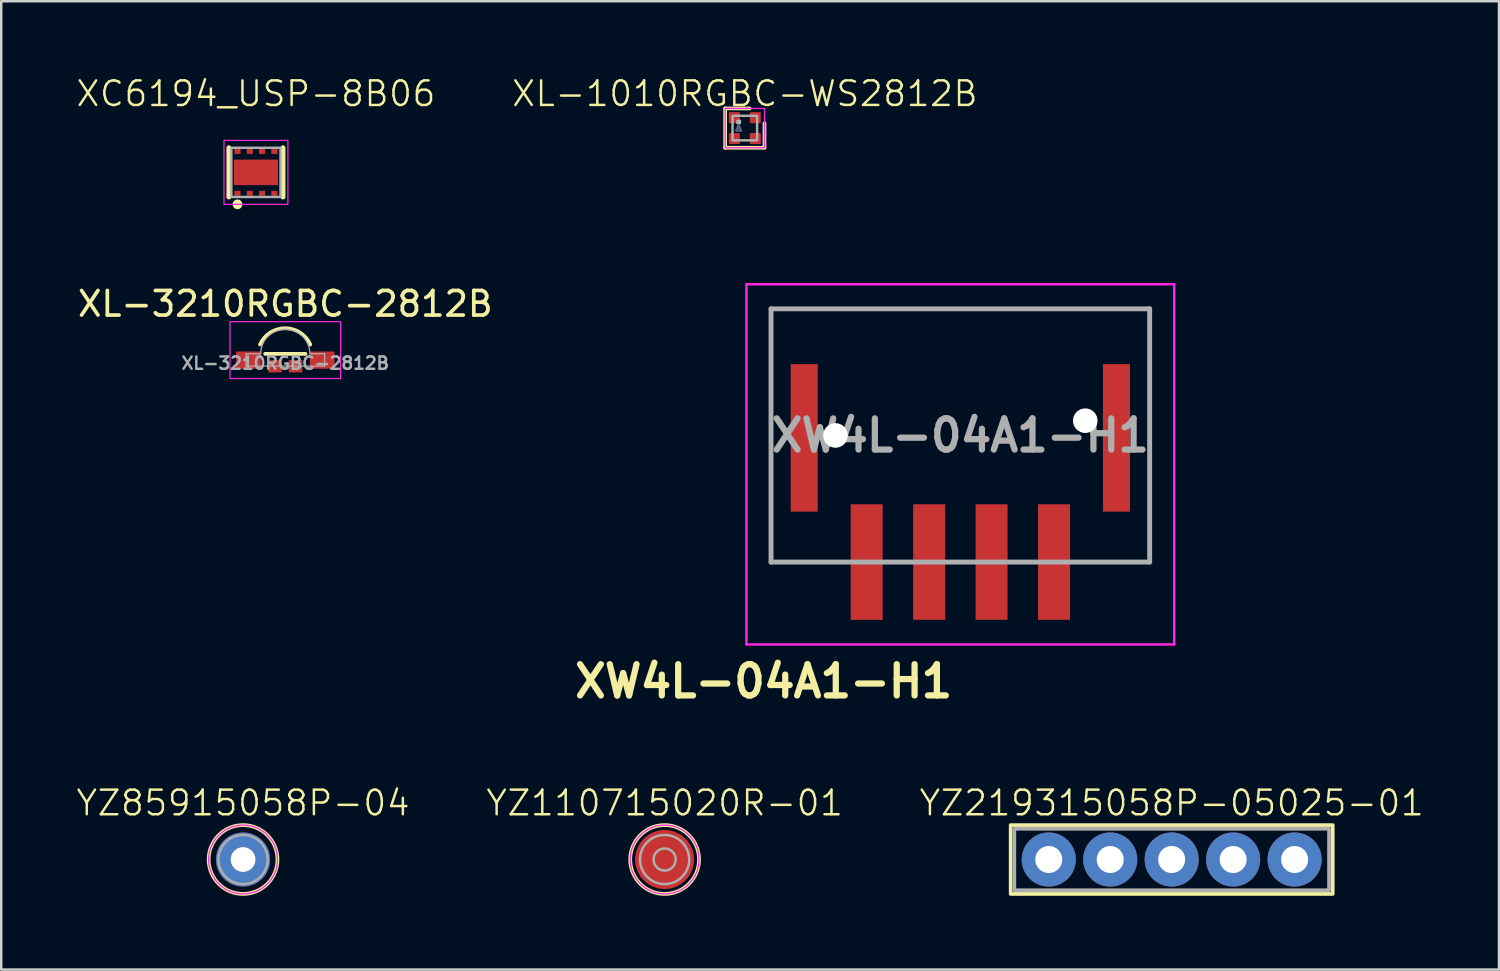
<source format=kicad_pcb>
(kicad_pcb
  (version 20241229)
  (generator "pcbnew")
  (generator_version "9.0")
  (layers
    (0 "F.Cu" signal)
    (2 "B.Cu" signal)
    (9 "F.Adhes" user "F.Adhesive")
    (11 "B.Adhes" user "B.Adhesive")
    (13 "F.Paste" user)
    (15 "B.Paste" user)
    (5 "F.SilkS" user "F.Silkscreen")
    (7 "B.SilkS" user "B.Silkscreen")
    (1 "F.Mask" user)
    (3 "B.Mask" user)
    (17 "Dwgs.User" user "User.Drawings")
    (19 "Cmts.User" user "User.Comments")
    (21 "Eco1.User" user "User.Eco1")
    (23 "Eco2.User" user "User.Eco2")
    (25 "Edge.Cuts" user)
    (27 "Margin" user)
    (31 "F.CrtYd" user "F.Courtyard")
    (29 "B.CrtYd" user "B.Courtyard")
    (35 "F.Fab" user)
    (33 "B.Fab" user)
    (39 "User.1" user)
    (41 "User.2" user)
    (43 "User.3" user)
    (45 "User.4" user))
  (footprint "XL-1010RGBC-WS2812B"
    (layer "F.Cu")
    (at 27.245 2.16)
    (property "Reference" "XL-1010RGBC-WS2812B" (at 0 -1.4 0) (unlocked yes) (layer "F.SilkS") (effects (font (size 1 1) (thickness 0.1))))
    (attr smd)
    (fp_line (start -0.8 0.8) (end -0.8 -0.8) (stroke (width 0.15) (type default)) (layer "F.SilkS"))
    (fp_line (start 0.2 -0.8) (end -0.8 -0.8) (stroke (width 0.15) (type default)) (layer "F.SilkS"))
    (fp_line (start 0.8 0.8) (end -0.8 0.8) (stroke (width 0.15) (type default)) (layer "F.SilkS"))
    (fp_line (start 0.8 0.8) (end 0.8 -0.2) (stroke (width 0.15) (type default)) (layer "F.SilkS"))
    (fp_rect (start 0.8 -0.8) (end -0.8 0.8) (stroke (width 0.05) (type default)) (fill no) (layer "F.CrtYd"))
    (fp_poly (pts (xy -0.25 -0.1) (xy -0.15 0.1) (xy -0.35 0.1)) (stroke (width 0.1) (type solid)) (fill no) (layer "B.Fab"))
    (fp_rect (start -0.3 -0.3) (end -0.2 -0.2) (stroke (width 0.1) (type default)) (fill no) (layer "F.Fab"))
    (fp_rect (start 0.5 -0.5) (end -0.5 0.5) (stroke (width 0.1) (type default)) (fill no) (layer "F.Fab"))
    (pad "1" smd roundrect (at 0.425 -0.425 270) (size 0.45 0.45) (layers "F.Cu" "F.Mask" "F.Paste") (roundrect_rratio 0.1))
    (pad "2" smd roundrect (at 0.425 0.425 270) (size 0.45 0.45) (layers "F.Cu" "F.Mask" "F.Paste") (roundrect_rratio 0.1))
    (pad "3" smd roundrect (at -0.425 -0.425 270) (size 0.45 0.45) (layers "F.Cu" "F.Mask" "F.Paste") (roundrect_rratio 0.1))
    (pad "4" smd roundrect (at -0.425 0.425 270) (size 0.45 0.45) (layers "F.Cu" "F.Mask" "F.Paste") (roundrect_rratio 0.1)))
  (footprint "XL-3210RGBC-2812B"
    (layer "F.Cu")
    (at 8.554 11.722)
    (property "Reference" "XL-3210RGBC-2812B" (at 0 -2.413 0) (layer "F.SilkS") (effects (font (size 1 1) (thickness 0.15))))
    (attr smd)
    (fp_line (start -0.82 -0.379) (end 0.82 -0.379) (stroke (width 0.152) (type default)) (layer "F.SilkS"))
    (fp_arc (start -1.0275 -0.76) (mid -0.005898 -1.421476) (end 1.016 -0.76) (stroke (width 0.152) (type default)) (layer "F.SilkS"))
    (fp_rect (start -2.25 -1.688) (end 2.25 0.625) (stroke (width 0.05) (type default)) (fill no) (layer "F.CrtYd"))
    (fp_line (start -1.6 -0.383) (end -1.6 0.117) (stroke (width 0.051) (type default)) (layer "F.Fab"))
    (fp_line (start -1.6 0.117) (end 1.6 0.117) (stroke (width 0.051) (type default)) (layer "F.Fab"))
    (fp_line (start -1 -0.383) (end -1.6 -0.383) (stroke (width 0.051) (type default)) (layer "F.Fab"))
    (fp_line (start 1.6 -0.383) (end 1 -0.383) (stroke (width 0.051) (type default)) (layer "F.Fab"))
    (fp_line (start 1.6 0.117) (end 1.6 -0.383) (stroke (width 0.051) (type default)) (layer "F.Fab"))
    (fp_arc (start -1 -0.383) (mid -0.707107 -1.090107) (end 0 -1.383) (stroke (width 0.051) (type default)) (layer "F.Fab"))
    (fp_arc (start 0 -1.383) (mid 0.707107 -1.090107) (end 1 -0.383) (stroke (width 0.051) (type default)) (layer "F.Fab"))
    (fp_text user "${REFERENCE}" (at 0 0 0) (layer "F.Fab") (effects (font (size 0.5 0.5) (thickness 0.1))))
    (pad "1" smd rect (at -1.5 -0.125) (size 1 0.7) (layers "F.Cu" "F.Mask" "F.Paste"))
    (pad "2" smd rect (at -0.415 0.125) (size 0.55 0.5) (layers "F.Cu" "F.Mask" "F.Paste"))
    (pad "3" smd rect (at 0.415 0.125) (size 0.55 0.5) (layers "F.Cu" "F.Mask" "F.Paste"))
    (pad "4" smd rect (at 1.5 -0.125) (size 1 0.7) (layers "F.Cu" "F.Mask" "F.Paste")))
  (footprint "XW4L-04A1-H1"
    (layer "F.Cu")
    (at 36.011 14.661)
    (property "Reference" "XW4L-04A1-H1" (at -8 10 0) (layer "F.SilkS") (effects (font (size 1.27 1.27) (thickness 0.254))))
    (attr smd)
    (fp_line (start -7.7 -5.15) (end 7.7 -5.15) (stroke (width 0.1) (type solid)) (layer "F.SilkS"))
    (fp_line (start -7.7 5.15) (end -7.7 -5.15) (stroke (width 0.1) (type solid)) (layer "F.SilkS"))
    (fp_line (start -5 5.15) (end -7.7 5.15) (stroke (width 0.1) (type solid)) (layer "F.SilkS"))
    (fp_line (start 7.7 -5.15) (end 7.7 5.15) (stroke (width 0.1) (type solid)) (layer "F.SilkS"))
    (fp_line (start 7.7 5.15) (end 5 5.15) (stroke (width 0.1) (type solid)) (layer "F.SilkS"))
    (fp_line (start -8.7 -6.15) (end 8.7 -6.15) (stroke (width 0.1) (type solid)) (layer "F.CrtYd"))
    (fp_line (start -8.7 8.5) (end -8.7 -6.15) (stroke (width 0.1) (type solid)) (layer "F.CrtYd"))
    (fp_line (start 8.7 -6.15) (end 8.7 8.5) (stroke (width 0.1) (type solid)) (layer "F.CrtYd"))
    (fp_line (start 8.7 8.5) (end -8.7 8.5) (stroke (width 0.1) (type solid)) (layer "F.CrtYd"))
    (fp_line (start -7.7 -5.15) (end 7.7 -5.15) (stroke (width 0.2) (type solid)) (layer "F.Fab"))
    (fp_line (start -7.7 5.15) (end -7.7 -5.15) (stroke (width 0.2) (type solid)) (layer "F.Fab"))
    (fp_line (start 7.7 -5.15) (end 7.7 5.15) (stroke (width 0.2) (type solid)) (layer "F.Fab"))
    (fp_line (start 7.7 5.15) (end -7.7 5.15) (stroke (width 0.2) (type solid)) (layer "F.Fab"))
    (fp_text user "${REFERENCE}" (at 0 0 0) (layer "F.Fab") (effects (font (size 1.27 1.27) (thickness 0.254))))
    (pad "" np_thru_hole circle (at -5.08 0) (size 1 1) (drill 1) (layers "*.Cu" "*.Mask"))
    (pad "" np_thru_hole circle (at 5.08 -0.6) (size 1 1) (drill 1) (layers "*.Cu" "*.Mask"))
    (pad "1" smd rect (at 3.81 5.15) (size 1.3 4.7) (layers "F.Cu" "F.Mask" "F.Paste"))
    (pad "2" smd rect (at 1.27 5.15) (size 1.3 4.7) (layers "F.Cu" "F.Mask" "F.Paste"))
    (pad "3" smd rect (at -1.27 5.15) (size 1.3 4.7) (layers "F.Cu" "F.Mask" "F.Paste"))
    (pad "4" smd rect (at -3.81 5.15) (size 1.3 4.7) (layers "F.Cu" "F.Mask" "F.Paste"))
    (pad "MP1" smd rect (at 6.35 0.1) (size 1.1 6) (layers "F.Cu" "F.Mask" "F.Paste"))
    (pad "MP2" smd rect (at -6.35 0.1) (size 1.1 6) (layers "F.Cu" "F.Mask" "F.Paste")))
  (footprint "YZ219315058P-05025-01"
    (layer "F.Cu")
    (at 44.607 31.91)
    (property "Reference" "YZ219315058P-05025-01" (at 0 -2.3 0) (unlocked yes) (layer "F.SilkS") (effects (font (size 1 1) (thickness 0.1))))
    (attr through_hole)
    (fp_rect (start -6.55 -1.4) (end 6.55 1.4) (stroke (width 0.15) (type default)) (fill no) (layer "F.SilkS"))
    (fp_rect (start -6.4 -1.25) (end 6.4 1.25) (stroke (width 0.15) (type default)) (fill no) (layer "F.Fab"))
    (pad "1" thru_hole circle (at -5 0) (size 2.2 2.2) (drill 1.1) (layers "*.Cu" "*.Mask"))
    (pad "2" thru_hole circle (at -2.5 0) (size 2.2 2.2) (drill 1.1) (layers "*.Cu" "*.Mask"))
    (pad "3" thru_hole circle (at 0 0) (size 2.2 2.2) (drill 1.1) (layers "*.Cu" "*.Mask"))
    (pad "4" thru_hole circle (at 2.5 0) (size 2.2 2.2) (drill 1.1) (layers "*.Cu" "*.Mask"))
    (pad "5" thru_hole circle (at 5 0) (size 2.2 2.2) (drill 1.1) (layers "*.Cu" "*.Mask")))
  (footprint "YZ85915058P-04"
    (layer "F.Cu")
    (at 6.836 31.91)
    (property "Reference" "YZ85915058P-04" (at 0 -2.3 0) (unlocked yes) (layer "F.SilkS") (effects (font (size 1 1) (thickness 0.1))))
    (attr through_hole)
    (fp_circle (center 0 0) (end 1.4 0) (stroke (width 0.15) (type default)) (fill no) (layer "F.SilkS"))
    (fp_circle (center 0 0) (end 1.4 0) (stroke (width 0.05) (type default)) (fill no) (layer "F.CrtYd"))
    (fp_circle (center 0 0) (end 0.45 0) (stroke (width 0.1) (type default)) (fill no) (layer "F.Fab"))
    (fp_circle (center 0 0) (end 1 0) (stroke (width 0.1) (type default)) (fill no) (layer "F.Fab"))
    (pad "1" thru_hole circle (at 0 0) (size 2.2 2.2) (drill 1) (layers "*.Cu" "*.Mask")))
  (footprint "XC6194_USP-8B06"
    (layer "F.Cu")
    (at 7.36 3.961)
    (property "Reference" "XC6194_USP-8B06" (at 0 -3.2 0) (layer "F.SilkS") (effects (font (size 1 1) (thickness 0.1))))
    (attr smd)
    (fp_line (start -1.1 -1) (end -1.1 1) (stroke (width 0.2) (type default)) (layer "F.SilkS"))
    (fp_line (start 1.1 -1) (end 1.1 1) (stroke (width 0.2) (type default)) (layer "F.SilkS"))
    (fp_circle (center -0.75 1.3) (end -0.65 1.3) (stroke (width 0.2) (type default)) (fill no) (layer "F.SilkS"))
    (fp_rect (start -0.75 -0.43) (end -0.4 0.43) (stroke (width 0) (type default)) (fill yes) (layer "F.Paste"))
    (fp_rect (start -0.2 -0.43) (end 0.15 0.43) (stroke (width 0) (type default)) (fill yes) (layer "F.Paste"))
    (fp_rect (start 0.4 -0.43) (end 0.75 0.43) (stroke (width 0) (type default)) (fill yes) (layer "F.Paste"))
    (fp_rect (start -1.3 -1.3) (end 1.3 1.3) (stroke (width 0.05) (type default)) (fill no) (layer "F.CrtYd"))
    (fp_rect (start -1 -1) (end 1 1) (stroke (width 0.1) (type default)) (fill no) (layer "F.Fab"))
    (pad "1" smd rect (at -0.75 0.85 90) (size 0.2 0.25) (layers "F.Cu" "F.Mask" "F.Paste"))
    (pad "2" smd rect (at -0.25 0.85 90) (size 0.2 0.25) (layers "F.Cu" "F.Mask" "F.Paste"))
    (pad "3" smd rect (at 0.25 0.85 90) (size 0.2 0.25) (layers "F.Cu" "F.Mask" "F.Paste"))
    (pad "4" smd rect (at 0.75 0.85 90) (size 0.2 0.25) (layers "F.Cu" "F.Mask" "F.Paste"))
    (pad "5" smd rect (at 0.75 -0.85 90) (size 0.2 0.25) (layers "F.Cu" "F.Mask" "F.Paste"))
    (pad "6" smd rect (at 0.25 -0.85 90) (size 0.2 0.25) (layers "F.Cu" "F.Mask" "F.Paste"))
    (pad "7" smd rect (at -0.25 -0.85 90) (size 0.2 0.25) (layers "F.Cu" "F.Mask" "F.Paste"))
    (pad "8" smd rect (at -0.75 -0.85 90) (size 0.2 0.25) (layers "F.Cu" "F.Mask" "F.Paste"))
    (pad "9" smd rect (at 0 0 90) (size 1.04 1.8) (layers "F.Cu" "F.Mask")))
  (footprint "YZ110715020R-01"
    (layer "F.Cu")
    (at 23.983 31.91)
    (property "Reference" "YZ110715020R-01" (at 0 -2.3 0) (unlocked yes) (layer "F.SilkS") (effects (font (size 1 1) (thickness 0.1))))
    (attr smd)
    (fp_circle (center 0 0) (end 1.4 0) (stroke (width 0.15) (type default)) (fill no) (layer "F.SilkS"))
    (fp_circle (center 0 0) (end 1.4 0) (stroke (width 0.05) (type default)) (fill no) (layer "F.CrtYd"))
    (fp_circle (center 0 0) (end 0.45 0) (stroke (width 0.1) (type default)) (fill no) (layer "F.Fab"))
    (fp_circle (center 0 0) (end 1 0) (stroke (width 0.1) (type default)) (fill no) (layer "F.Fab"))
    (pad "1" smd circle (at 0 0) (size 2.4 2.4) (layers "F.Cu" "F.Mask" "F.Paste")))
  (gr_rect
    (start -3 -3)
    (end 57.919 36.385)
    (stroke (width 0.1) (type default))
    (fill no)
    (layer "Edge.Cuts")))
</source>
